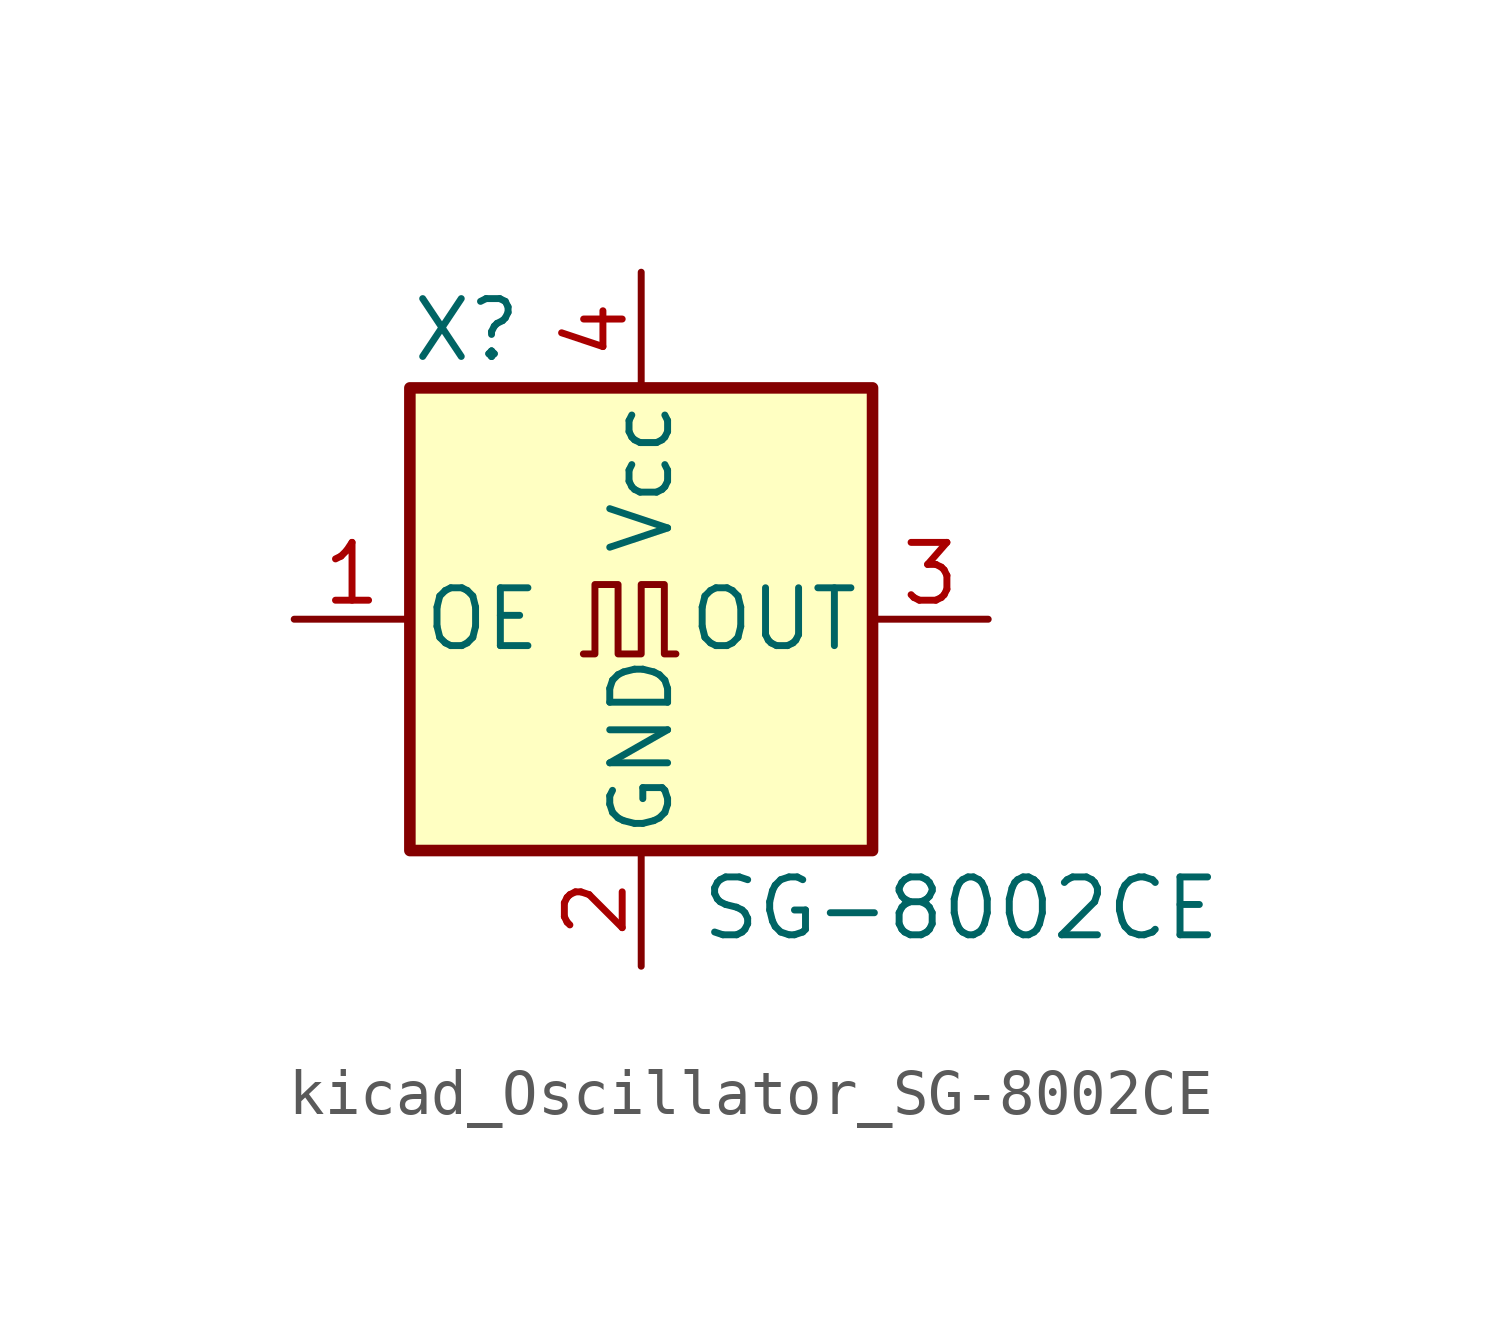
<source format=kicad_sym>
(kicad_symbol_lib
  (version 20220914)
  (generator kicad_symbol_editor)
  (symbol "kicad_Oscillator_SG-8002CE"
    (pin_names
      (offset 0.254))
    (property "Reference" "X"
      (at -5.08 6.35 0)
      (effects (font (size 1.27 1.27)) (justify left)))
    (property "Value" "SG-8002CE"
      (at 1.27 -6.35 0)
      (effects (font (size 1.27 1.27)) (justify left)))
    (symbol "kicad_Oscillator_SG-8002CE_0_1"
      (rectangle (start -5.08 5.08) (end 5.08 -5.08) (stroke (width 0.254) (type default)) (fill (type background)))
      (polyline (pts (xy -1.27 -0.762) (xy -1.016 -0.762) (xy -1.016 0.762) (xy -0.508 0.762) (xy -0.508 -0.762) (xy 0 -0.762) (xy 0 0.762) (xy 0.508 0.762) (xy 0.508 -0.762) (xy 0.762 -0.762)) (stroke (width 0) (type default)) (fill (type none))))
    (symbol "kicad_Oscillator_SG-8002CE_1_1"
      (pin input line (at -7.62 0 0) (length 2.54) (name "OE" (effects (font (size 1.27 1.27)))) (number "1" (effects (font (size 1.27 1.27)))))
      (pin power_in line (at 0 -7.62 90) (length 2.54) (name "GND" (effects (font (size 1.27 1.27)))) (number "2" (effects (font (size 1.27 1.27)))))
      (pin output line (at 7.62 0 180) (length 2.54) (name "OUT" (effects (font (size 1.27 1.27)))) (number "3" (effects (font (size 1.27 1.27)))))
      (pin power_in line (at 0 7.62 270) (length 2.54) (name "Vcc" (effects (font (size 1.27 1.27)))) (number "4" (effects (font (size 1.27 1.27))))))))
</source>
